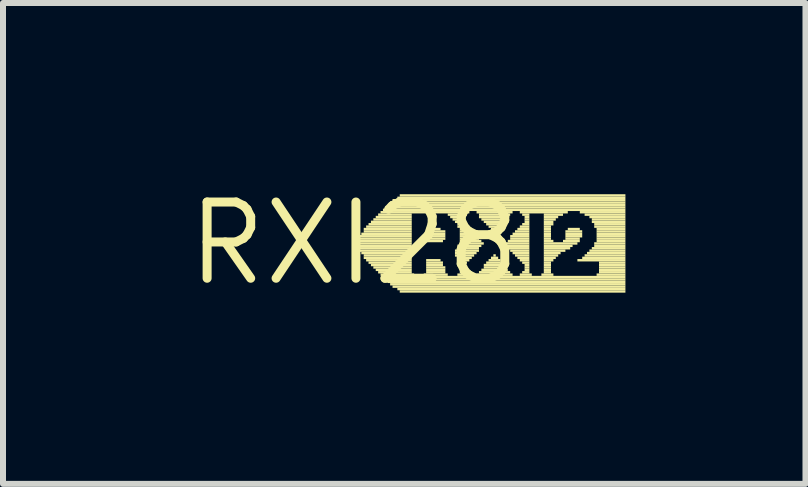
<source format=kicad_pcb>
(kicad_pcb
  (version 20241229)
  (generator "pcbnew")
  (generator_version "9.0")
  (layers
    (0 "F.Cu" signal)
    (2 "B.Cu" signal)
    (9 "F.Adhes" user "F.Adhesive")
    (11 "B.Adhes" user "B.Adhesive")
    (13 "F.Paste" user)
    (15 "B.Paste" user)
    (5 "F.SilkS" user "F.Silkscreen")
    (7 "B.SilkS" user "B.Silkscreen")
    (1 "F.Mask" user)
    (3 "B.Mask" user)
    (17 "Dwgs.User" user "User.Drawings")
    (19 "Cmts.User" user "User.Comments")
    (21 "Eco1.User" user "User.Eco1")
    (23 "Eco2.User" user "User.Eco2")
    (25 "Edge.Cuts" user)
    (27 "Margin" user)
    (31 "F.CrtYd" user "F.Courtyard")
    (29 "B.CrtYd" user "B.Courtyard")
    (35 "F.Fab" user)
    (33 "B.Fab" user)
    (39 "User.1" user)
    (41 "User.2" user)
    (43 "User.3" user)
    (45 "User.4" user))
  (footprint "RXI28"
    (layer "F.Cu")
    (at 2.85 1.006)
    (property "Reference" "RXI28" (at 0 0 0) (layer "F.SilkS") (effects (font (size 1.27 1.27) (thickness 0.15))))
    (fp_poly (pts (xy 0.08 -0.1) (xy 0.96 -0.1) (xy 0.96 -0.14) (xy 0.08 -0.14)) (stroke (width 0) (type default)) (fill yes) (layer "F.SilkS"))
    (fp_poly (pts (xy 0.08 -0.06) (xy 0.96 -0.06) (xy 0.96 -0.1) (xy 0.08 -0.1)) (stroke (width 0) (type default)) (fill yes) (layer "F.SilkS"))
    (fp_poly (pts (xy 0.08 -0.02) (xy 0.96 -0.02) (xy 0.96 -0.06) (xy 0.08 -0.06)) (stroke (width 0) (type default)) (fill yes) (layer "F.SilkS"))
    (fp_poly (pts (xy 0.08 0.02) (xy 0.96 0.02) (xy 0.96 -0.02) (xy 0.08 -0.02)) (stroke (width 0) (type default)) (fill yes) (layer "F.SilkS"))
    (fp_poly (pts (xy 0.08 0.06) (xy 0.96 0.06) (xy 0.96 0.02) (xy 0.08 0.02)) (stroke (width 0) (type default)) (fill yes) (layer "F.SilkS"))
    (fp_poly (pts (xy 0.08 0.1) (xy 0.96 0.1) (xy 0.96 0.06) (xy 0.08 0.06)) (stroke (width 0) (type default)) (fill yes) (layer "F.SilkS"))
    (fp_poly (pts (xy 0.08 0.14) (xy 0.96 0.14) (xy 0.96 0.1) (xy 0.08 0.1)) (stroke (width 0) (type default)) (fill yes) (layer "F.SilkS"))
    (fp_poly (pts (xy 0.12 -0.14) (xy 0.96 -0.14) (xy 0.96 -0.18) (xy 0.12 -0.18)) (stroke (width 0) (type default)) (fill yes) (layer "F.SilkS"))
    (fp_poly (pts (xy 0.12 0.18) (xy 0.96 0.18) (xy 0.96 0.14) (xy 0.12 0.14)) (stroke (width 0) (type default)) (fill yes) (layer "F.SilkS"))
    (fp_poly (pts (xy 0.16 -0.22) (xy 0.96 -0.22) (xy 0.96 -0.26) (xy 0.16 -0.26)) (stroke (width 0) (type default)) (fill yes) (layer "F.SilkS"))
    (fp_poly (pts (xy 0.16 -0.18) (xy 0.96 -0.18) (xy 0.96 -0.22) (xy 0.16 -0.22)) (stroke (width 0) (type default)) (fill yes) (layer "F.SilkS"))
    (fp_poly (pts (xy 0.16 0.22) (xy 0.96 0.22) (xy 0.96 0.18) (xy 0.16 0.18)) (stroke (width 0) (type default)) (fill yes) (layer "F.SilkS"))
    (fp_poly (pts (xy 0.16 0.26) (xy 0.96 0.26) (xy 0.96 0.22) (xy 0.16 0.22)) (stroke (width 0) (type default)) (fill yes) (layer "F.SilkS"))
    (fp_poly (pts (xy 0.2 -0.26) (xy 0.96 -0.26) (xy 0.96 -0.3) (xy 0.2 -0.3)) (stroke (width 0) (type default)) (fill yes) (layer "F.SilkS"))
    (fp_poly (pts (xy 0.2 0.3) (xy 0.96 0.3) (xy 0.96 0.26) (xy 0.2 0.26)) (stroke (width 0) (type default)) (fill yes) (layer "F.SilkS"))
    (fp_poly (pts (xy 0.24 -0.3) (xy 0.96 -0.3) (xy 0.96 -0.34) (xy 0.24 -0.34)) (stroke (width 0) (type default)) (fill yes) (layer "F.SilkS"))
    (fp_poly (pts (xy 0.24 0.34) (xy 0.96 0.34) (xy 0.96 0.3) (xy 0.24 0.3)) (stroke (width 0) (type default)) (fill yes) (layer "F.SilkS"))
    (fp_poly (pts (xy 0.28 -0.34) (xy 0.96 -0.34) (xy 0.96 -0.38) (xy 0.28 -0.38)) (stroke (width 0) (type default)) (fill yes) (layer "F.SilkS"))
    (fp_poly (pts (xy 0.28 0.38) (xy 0.96 0.38) (xy 0.96 0.34) (xy 0.28 0.34)) (stroke (width 0) (type default)) (fill yes) (layer "F.SilkS"))
    (fp_poly (pts (xy 0.32 -0.38) (xy 0.96 -0.38) (xy 0.96 -0.42) (xy 0.32 -0.42)) (stroke (width 0) (type default)) (fill yes) (layer "F.SilkS"))
    (fp_poly (pts (xy 0.32 0.42) (xy 0.96 0.42) (xy 0.96 0.38) (xy 0.32 0.38)) (stroke (width 0) (type default)) (fill yes) (layer "F.SilkS"))
    (fp_poly (pts (xy 0.36 -0.42) (xy 0.96 -0.42) (xy 0.96 -0.46) (xy 0.36 -0.46)) (stroke (width 0) (type default)) (fill yes) (layer "F.SilkS"))
    (fp_poly (pts (xy 0.36 0.46) (xy 0.96 0.46) (xy 0.96 0.42) (xy 0.36 0.42)) (stroke (width 0) (type default)) (fill yes) (layer "F.SilkS"))
    (fp_poly (pts (xy 0.4 -0.46) (xy 0.96 -0.46) (xy 0.96 -0.5) (xy 0.4 -0.5)) (stroke (width 0) (type default)) (fill yes) (layer "F.SilkS"))
    (fp_poly (pts (xy 0.4 0.5) (xy 0.96 0.5) (xy 0.96 0.46) (xy 0.4 0.46)) (stroke (width 0) (type default)) (fill yes) (layer "F.SilkS"))
    (fp_poly (pts (xy 0.44 -0.5) (xy 1.92 -0.5) (xy 1.92 -0.54) (xy 0.44 -0.54)) (stroke (width 0) (type default)) (fill yes) (layer "F.SilkS"))
    (fp_poly (pts (xy 0.44 0.54) (xy 1 0.54) (xy 1 0.5) (xy 0.44 0.5)) (stroke (width 0) (type default)) (fill yes) (layer "F.SilkS"))
    (fp_poly (pts (xy 0.48 -0.54) (xy 4.52 -0.54) (xy 4.52 -0.58) (xy 0.48 -0.58)) (stroke (width 0) (type default)) (fill yes) (layer "F.SilkS"))
    (fp_poly (pts (xy 0.48 0.58) (xy 4.52 0.58) (xy 4.52 0.54) (xy 0.48 0.54)) (stroke (width 0) (type default)) (fill yes) (layer "F.SilkS"))
    (fp_poly (pts (xy 0.52 -0.58) (xy 4.52 -0.58) (xy 4.52 -0.62) (xy 0.52 -0.62)) (stroke (width 0) (type default)) (fill yes) (layer "F.SilkS"))
    (fp_poly (pts (xy 0.52 0.62) (xy 4.52 0.62) (xy 4.52 0.58) (xy 0.52 0.58)) (stroke (width 0) (type default)) (fill yes) (layer "F.SilkS"))
    (fp_poly (pts (xy 0.56 -0.62) (xy 4.52 -0.62) (xy 4.52 -0.66) (xy 0.56 -0.66)) (stroke (width 0) (type default)) (fill yes) (layer "F.SilkS"))
    (fp_poly (pts (xy 0.56 0.66) (xy 4.52 0.66) (xy 4.52 0.62) (xy 0.56 0.62)) (stroke (width 0) (type default)) (fill yes) (layer "F.SilkS"))
    (fp_poly (pts (xy 0.6 -0.66) (xy 4.52 -0.66) (xy 4.52 -0.7) (xy 0.6 -0.7)) (stroke (width 0) (type default)) (fill yes) (layer "F.SilkS"))
    (fp_poly (pts (xy 0.6 0.7) (xy 4.52 0.7) (xy 4.52 0.66) (xy 0.6 0.66)) (stroke (width 0) (type default)) (fill yes) (layer "F.SilkS"))
    (fp_poly (pts (xy 0.64 -0.7) (xy 4.52 -0.7) (xy 4.52 -0.74) (xy 0.64 -0.74)) (stroke (width 0) (type default)) (fill yes) (layer "F.SilkS"))
    (fp_poly (pts (xy 0.64 0.74) (xy 4.52 0.74) (xy 4.52 0.7) (xy 0.64 0.7)) (stroke (width 0) (type default)) (fill yes) (layer "F.SilkS"))
    (fp_poly (pts (xy 0.72 -0.74) (xy 4.52 -0.74) (xy 4.52 -0.78) (xy 0.72 -0.78)) (stroke (width 0) (type default)) (fill yes) (layer "F.SilkS"))
    (fp_poly (pts (xy 0.72 0.78) (xy 4.52 0.78) (xy 4.52 0.74) (xy 0.72 0.74)) (stroke (width 0) (type default)) (fill yes) (layer "F.SilkS"))
    (fp_poly (pts (xy 0.76 -0.78) (xy 4.52 -0.78) (xy 4.52 -0.82) (xy 0.76 -0.82)) (stroke (width 0) (type default)) (fill yes) (layer "F.SilkS"))
    (fp_poly (pts (xy 0.76 0.82) (xy 4.52 0.82) (xy 4.52 0.78) (xy 0.76 0.78)) (stroke (width 0) (type default)) (fill yes) (layer "F.SilkS"))
    (fp_poly (pts (xy 1.16 0.54) (xy 1.56 0.54) (xy 1.56 0.5) (xy 1.16 0.5)) (stroke (width 0) (type default)) (fill yes) (layer "F.SilkS"))
    (fp_poly (pts (xy 1.2 -0.22) (xy 1.44 -0.22) (xy 1.44 -0.26) (xy 1.2 -0.26)) (stroke (width 0) (type default)) (fill yes) (layer "F.SilkS"))
    (fp_poly (pts (xy 1.2 -0.18) (xy 1.52 -0.18) (xy 1.52 -0.22) (xy 1.2 -0.22)) (stroke (width 0) (type default)) (fill yes) (layer "F.SilkS"))
    (fp_poly (pts (xy 1.2 -0.14) (xy 1.52 -0.14) (xy 1.52 -0.18) (xy 1.2 -0.18)) (stroke (width 0) (type default)) (fill yes) (layer "F.SilkS"))
    (fp_poly (pts (xy 1.2 -0.1) (xy 1.52 -0.1) (xy 1.52 -0.14) (xy 1.2 -0.14)) (stroke (width 0) (type default)) (fill yes) (layer "F.SilkS"))
    (fp_poly (pts (xy 1.2 -0.06) (xy 1.52 -0.06) (xy 1.52 -0.1) (xy 1.2 -0.1)) (stroke (width 0) (type default)) (fill yes) (layer "F.SilkS"))
    (fp_poly (pts (xy 1.2 -0.02) (xy 1.48 -0.02) (xy 1.48 -0.06) (xy 1.2 -0.06)) (stroke (width 0) (type default)) (fill yes) (layer "F.SilkS"))
    (fp_poly (pts (xy 1.2 0.3) (xy 1.44 0.3) (xy 1.44 0.26) (xy 1.2 0.26)) (stroke (width 0) (type default)) (fill yes) (layer "F.SilkS"))
    (fp_poly (pts (xy 1.2 0.34) (xy 1.48 0.34) (xy 1.48 0.3) (xy 1.2 0.3)) (stroke (width 0) (type default)) (fill yes) (layer "F.SilkS"))
    (fp_poly (pts (xy 1.2 0.38) (xy 1.48 0.38) (xy 1.48 0.34) (xy 1.2 0.34)) (stroke (width 0) (type default)) (fill yes) (layer "F.SilkS"))
    (fp_poly (pts (xy 1.2 0.42) (xy 1.52 0.42) (xy 1.52 0.38) (xy 1.2 0.38)) (stroke (width 0) (type default)) (fill yes) (layer "F.SilkS"))
    (fp_poly (pts (xy 1.2 0.46) (xy 1.52 0.46) (xy 1.52 0.42) (xy 1.2 0.42)) (stroke (width 0) (type default)) (fill yes) (layer "F.SilkS"))
    (fp_poly (pts (xy 1.2 0.5) (xy 1.52 0.5) (xy 1.52 0.46) (xy 1.2 0.46)) (stroke (width 0) (type default)) (fill yes) (layer "F.SilkS"))
    (fp_poly (pts (xy 1.56 -0.46) (xy 1.88 -0.46) (xy 1.88 -0.5) (xy 1.56 -0.5)) (stroke (width 0) (type default)) (fill yes) (layer "F.SilkS"))
    (fp_poly (pts (xy 1.6 -0.42) (xy 1.84 -0.42) (xy 1.84 -0.46) (xy 1.6 -0.46)) (stroke (width 0) (type default)) (fill yes) (layer "F.SilkS"))
    (fp_poly (pts (xy 1.64 -0.38) (xy 1.84 -0.38) (xy 1.84 -0.42) (xy 1.64 -0.42)) (stroke (width 0) (type default)) (fill yes) (layer "F.SilkS"))
    (fp_poly (pts (xy 1.68 -0.34) (xy 1.84 -0.34) (xy 1.84 -0.38) (xy 1.68 -0.38)) (stroke (width 0) (type default)) (fill yes) (layer "F.SilkS"))
    (fp_poly (pts (xy 1.68 0.14) (xy 2.08 0.14) (xy 2.08 0.1) (xy 1.68 0.1)) (stroke (width 0) (type default)) (fill yes) (layer "F.SilkS"))
    (fp_poly (pts (xy 1.68 0.18) (xy 2.04 0.18) (xy 2.04 0.14) (xy 1.68 0.14)) (stroke (width 0) (type default)) (fill yes) (layer "F.SilkS"))
    (fp_poly (pts (xy 1.68 0.22) (xy 2 0.22) (xy 2 0.18) (xy 1.68 0.18)) (stroke (width 0) (type default)) (fill yes) (layer "F.SilkS"))
    (fp_poly (pts (xy 1.72 -0.3) (xy 1.88 -0.3) (xy 1.88 -0.34) (xy 1.72 -0.34)) (stroke (width 0) (type default)) (fill yes) (layer "F.SilkS"))
    (fp_poly (pts (xy 1.72 -0.26) (xy 1.92 -0.26) (xy 1.92 -0.3) (xy 1.72 -0.3)) (stroke (width 0) (type default)) (fill yes) (layer "F.SilkS"))
    (fp_poly (pts (xy 1.72 0.06) (xy 2.12 0.06) (xy 2.12 0.02) (xy 1.72 0.02)) (stroke (width 0) (type default)) (fill yes) (layer "F.SilkS"))
    (fp_poly (pts (xy 1.72 0.1) (xy 2.08 0.1) (xy 2.08 0.06) (xy 1.72 0.06)) (stroke (width 0) (type default)) (fill yes) (layer "F.SilkS"))
    (fp_poly (pts (xy 1.72 0.26) (xy 1.96 0.26) (xy 1.96 0.22) (xy 1.72 0.22)) (stroke (width 0) (type default)) (fill yes) (layer "F.SilkS"))
    (fp_poly (pts (xy 1.72 0.3) (xy 1.92 0.3) (xy 1.92 0.26) (xy 1.72 0.26)) (stroke (width 0) (type default)) (fill yes) (layer "F.SilkS"))
    (fp_poly (pts (xy 1.72 0.34) (xy 1.88 0.34) (xy 1.88 0.3) (xy 1.72 0.3)) (stroke (width 0) (type default)) (fill yes) (layer "F.SilkS"))
    (fp_poly (pts (xy 1.72 0.54) (xy 1.92 0.54) (xy 1.92 0.5) (xy 1.72 0.5)) (stroke (width 0) (type default)) (fill yes) (layer "F.SilkS"))
    (fp_poly (pts (xy 1.76 -0.22) (xy 1.96 -0.22) (xy 1.96 -0.26) (xy 1.76 -0.26)) (stroke (width 0) (type default)) (fill yes) (layer "F.SilkS"))
    (fp_poly (pts (xy 1.76 -0.18) (xy 1.96 -0.18) (xy 1.96 -0.22) (xy 1.76 -0.22)) (stroke (width 0) (type default)) (fill yes) (layer "F.SilkS"))
    (fp_poly (pts (xy 1.76 -0.14) (xy 2 -0.14) (xy 2 -0.18) (xy 1.76 -0.18)) (stroke (width 0) (type default)) (fill yes) (layer "F.SilkS"))
    (fp_poly (pts (xy 1.76 -0.1) (xy 2.04 -0.1) (xy 2.04 -0.14) (xy 1.76 -0.14)) (stroke (width 0) (type default)) (fill yes) (layer "F.SilkS"))
    (fp_poly (pts (xy 1.76 -0.06) (xy 2.08 -0.06) (xy 2.08 -0.1) (xy 1.76 -0.1)) (stroke (width 0) (type default)) (fill yes) (layer "F.SilkS"))
    (fp_poly (pts (xy 1.76 -0.02) (xy 2.12 -0.02) (xy 2.12 -0.06) (xy 1.76 -0.06)) (stroke (width 0) (type default)) (fill yes) (layer "F.SilkS"))
    (fp_poly (pts (xy 1.76 0.02) (xy 2.16 0.02) (xy 2.16 -0.02) (xy 1.76 -0.02)) (stroke (width 0) (type default)) (fill yes) (layer "F.SilkS"))
    (fp_poly (pts (xy 1.76 0.38) (xy 1.84 0.38) (xy 1.84 0.34) (xy 1.76 0.34)) (stroke (width 0) (type default)) (fill yes) (layer "F.SilkS"))
    (fp_poly (pts (xy 1.76 0.42) (xy 1.84 0.42) (xy 1.84 0.38) (xy 1.76 0.38)) (stroke (width 0) (type default)) (fill yes) (layer "F.SilkS"))
    (fp_poly (pts (xy 1.76 0.46) (xy 1.84 0.46) (xy 1.84 0.42) (xy 1.76 0.42)) (stroke (width 0) (type default)) (fill yes) (layer "F.SilkS"))
    (fp_poly (pts (xy 1.76 0.5) (xy 1.84 0.5) (xy 1.84 0.46) (xy 1.76 0.46)) (stroke (width 0) (type default)) (fill yes) (layer "F.SilkS"))
    (fp_poly (pts (xy 2.04 -0.5) (xy 2.64 -0.5) (xy 2.64 -0.54) (xy 2.04 -0.54)) (stroke (width 0) (type default)) (fill yes) (layer "F.SilkS"))
    (fp_poly (pts (xy 2.04 0.54) (xy 2.64 0.54) (xy 2.64 0.5) (xy 2.04 0.5)) (stroke (width 0) (type default)) (fill yes) (layer "F.SilkS"))
    (fp_poly (pts (xy 2.08 -0.46) (xy 2.6 -0.46) (xy 2.6 -0.5) (xy 2.08 -0.5)) (stroke (width 0) (type default)) (fill yes) (layer "F.SilkS"))
    (fp_poly (pts (xy 2.08 -0.42) (xy 2.56 -0.42) (xy 2.56 -0.46) (xy 2.08 -0.46)) (stroke (width 0) (type default)) (fill yes) (layer "F.SilkS"))
    (fp_poly (pts (xy 2.08 0.5) (xy 2.6 0.5) (xy 2.6 0.46) (xy 2.08 0.46)) (stroke (width 0) (type default)) (fill yes) (layer "F.SilkS"))
    (fp_poly (pts (xy 2.12 -0.38) (xy 2.52 -0.38) (xy 2.52 -0.42) (xy 2.12 -0.42)) (stroke (width 0) (type default)) (fill yes) (layer "F.SilkS"))
    (fp_poly (pts (xy 2.12 0.46) (xy 2.56 0.46) (xy 2.56 0.42) (xy 2.12 0.42)) (stroke (width 0) (type default)) (fill yes) (layer "F.SilkS"))
    (fp_poly (pts (xy 2.16 -0.34) (xy 2.52 -0.34) (xy 2.52 -0.38) (xy 2.16 -0.38)) (stroke (width 0) (type default)) (fill yes) (layer "F.SilkS"))
    (fp_poly (pts (xy 2.16 0.38) (xy 2.48 0.38) (xy 2.48 0.34) (xy 2.16 0.34)) (stroke (width 0) (type default)) (fill yes) (layer "F.SilkS"))
    (fp_poly (pts (xy 2.16 0.42) (xy 2.52 0.42) (xy 2.52 0.38) (xy 2.16 0.38)) (stroke (width 0) (type default)) (fill yes) (layer "F.SilkS"))
    (fp_poly (pts (xy 2.2 -0.3) (xy 2.48 -0.3) (xy 2.48 -0.34) (xy 2.2 -0.34)) (stroke (width 0) (type default)) (fill yes) (layer "F.SilkS"))
    (fp_poly (pts (xy 2.2 0.34) (xy 2.44 0.34) (xy 2.44 0.3) (xy 2.2 0.3)) (stroke (width 0) (type default)) (fill yes) (layer "F.SilkS"))
    (fp_poly (pts (xy 2.24 -0.26) (xy 2.44 -0.26) (xy 2.44 -0.3) (xy 2.24 -0.3)) (stroke (width 0) (type default)) (fill yes) (layer "F.SilkS"))
    (fp_poly (pts (xy 2.24 0.3) (xy 2.44 0.3) (xy 2.44 0.26) (xy 2.24 0.26)) (stroke (width 0) (type default)) (fill yes) (layer "F.SilkS"))
    (fp_poly (pts (xy 2.28 -0.22) (xy 2.4 -0.22) (xy 2.4 -0.26) (xy 2.28 -0.26)) (stroke (width 0) (type default)) (fill yes) (layer "F.SilkS"))
    (fp_poly (pts (xy 2.28 0.26) (xy 2.4 0.26) (xy 2.4 0.22) (xy 2.28 0.22)) (stroke (width 0) (type default)) (fill yes) (layer "F.SilkS"))
    (fp_poly (pts (xy 2.32 -0.18) (xy 2.36 -0.18) (xy 2.36 -0.22) (xy 2.32 -0.22)) (stroke (width 0) (type default)) (fill yes) (layer "F.SilkS"))
    (fp_poly (pts (xy 2.32 0.22) (xy 2.36 0.22) (xy 2.36 0.18) (xy 2.32 0.18)) (stroke (width 0) (type default)) (fill yes) (layer "F.SilkS"))
    (fp_poly (pts (xy 2.52 0.02) (xy 2.92 0.02) (xy 2.92 -0.02) (xy 2.52 -0.02)) (stroke (width 0) (type default)) (fill yes) (layer "F.SilkS"))
    (fp_poly (pts (xy 2.52 0.06) (xy 2.92 0.06) (xy 2.92 0.02) (xy 2.52 0.02)) (stroke (width 0) (type default)) (fill yes) (layer "F.SilkS"))
    (fp_poly (pts (xy 2.56 -0.02) (xy 2.92 -0.02) (xy 2.92 -0.06) (xy 2.56 -0.06)) (stroke (width 0) (type default)) (fill yes) (layer "F.SilkS"))
    (fp_poly (pts (xy 2.56 0.1) (xy 2.92 0.1) (xy 2.92 0.06) (xy 2.56 0.06)) (stroke (width 0) (type default)) (fill yes) (layer "F.SilkS"))
    (fp_poly (pts (xy 2.6 -0.1) (xy 2.92 -0.1) (xy 2.92 -0.14) (xy 2.6 -0.14)) (stroke (width 0) (type default)) (fill yes) (layer "F.SilkS"))
    (fp_poly (pts (xy 2.6 -0.06) (xy 2.92 -0.06) (xy 2.92 -0.1) (xy 2.6 -0.1)) (stroke (width 0) (type default)) (fill yes) (layer "F.SilkS"))
    (fp_poly (pts (xy 2.6 0.14) (xy 2.92 0.14) (xy 2.92 0.1) (xy 2.6 0.1)) (stroke (width 0) (type default)) (fill yes) (layer "F.SilkS"))
    (fp_poly (pts (xy 2.64 -0.14) (xy 2.92 -0.14) (xy 2.92 -0.18) (xy 2.64 -0.18)) (stroke (width 0) (type default)) (fill yes) (layer "F.SilkS"))
    (fp_poly (pts (xy 2.64 0.18) (xy 2.92 0.18) (xy 2.92 0.14) (xy 2.64 0.14)) (stroke (width 0) (type default)) (fill yes) (layer "F.SilkS"))
    (fp_poly (pts (xy 2.68 -0.18) (xy 2.92 -0.18) (xy 2.92 -0.22) (xy 2.68 -0.22)) (stroke (width 0) (type default)) (fill yes) (layer "F.SilkS"))
    (fp_poly (pts (xy 2.68 0.22) (xy 2.92 0.22) (xy 2.92 0.18) (xy 2.68 0.18)) (stroke (width 0) (type default)) (fill yes) (layer "F.SilkS"))
    (fp_poly (pts (xy 2.72 -0.22) (xy 2.92 -0.22) (xy 2.92 -0.26) (xy 2.72 -0.26)) (stroke (width 0) (type default)) (fill yes) (layer "F.SilkS"))
    (fp_poly (pts (xy 2.72 0.26) (xy 2.92 0.26) (xy 2.92 0.22) (xy 2.72 0.22)) (stroke (width 0) (type default)) (fill yes) (layer "F.SilkS"))
    (fp_poly (pts (xy 2.76 -0.5) (xy 3.56 -0.5) (xy 3.56 -0.54) (xy 2.76 -0.54)) (stroke (width 0) (type default)) (fill yes) (layer "F.SilkS"))
    (fp_poly (pts (xy 2.76 -0.26) (xy 2.92 -0.26) (xy 2.92 -0.3) (xy 2.76 -0.3)) (stroke (width 0) (type default)) (fill yes) (layer "F.SilkS"))
    (fp_poly (pts (xy 2.76 0.3) (xy 2.92 0.3) (xy 2.92 0.26) (xy 2.76 0.26)) (stroke (width 0) (type default)) (fill yes) (layer "F.SilkS"))
    (fp_poly (pts (xy 2.76 0.54) (xy 2.96 0.54) (xy 2.96 0.5) (xy 2.76 0.5)) (stroke (width 0) (type default)) (fill yes) (layer "F.SilkS"))
    (fp_poly (pts (xy 2.8 -0.46) (xy 2.92 -0.46) (xy 2.92 -0.5) (xy 2.8 -0.5)) (stroke (width 0) (type default)) (fill yes) (layer "F.SilkS"))
    (fp_poly (pts (xy 2.8 -0.3) (xy 2.92 -0.3) (xy 2.92 -0.34) (xy 2.8 -0.34)) (stroke (width 0) (type default)) (fill yes) (layer "F.SilkS"))
    (fp_poly (pts (xy 2.8 0.34) (xy 2.92 0.34) (xy 2.92 0.3) (xy 2.8 0.3)) (stroke (width 0) (type default)) (fill yes) (layer "F.SilkS"))
    (fp_poly (pts (xy 2.8 0.5) (xy 2.92 0.5) (xy 2.92 0.46) (xy 2.8 0.46)) (stroke (width 0) (type default)) (fill yes) (layer "F.SilkS"))
    (fp_poly (pts (xy 2.84 -0.42) (xy 2.92 -0.42) (xy 2.92 -0.46) (xy 2.84 -0.46)) (stroke (width 0) (type default)) (fill yes) (layer "F.SilkS"))
    (fp_poly (pts (xy 2.84 -0.38) (xy 2.92 -0.38) (xy 2.92 -0.42) (xy 2.84 -0.42)) (stroke (width 0) (type default)) (fill yes) (layer "F.SilkS"))
    (fp_poly (pts (xy 2.84 -0.34) (xy 2.92 -0.34) (xy 2.92 -0.38) (xy 2.84 -0.38)) (stroke (width 0) (type default)) (fill yes) (layer "F.SilkS"))
    (fp_poly (pts (xy 2.84 0.38) (xy 2.92 0.38) (xy 2.92 0.34) (xy 2.84 0.34)) (stroke (width 0) (type default)) (fill yes) (layer "F.SilkS"))
    (fp_poly (pts (xy 2.84 0.42) (xy 2.92 0.42) (xy 2.92 0.38) (xy 2.84 0.38)) (stroke (width 0) (type default)) (fill yes) (layer "F.SilkS"))
    (fp_poly (pts (xy 2.84 0.46) (xy 2.92 0.46) (xy 2.92 0.42) (xy 2.84 0.42)) (stroke (width 0) (type default)) (fill yes) (layer "F.SilkS"))
    (fp_poly (pts (xy 3.12 0.54) (xy 3.32 0.54) (xy 3.32 0.5) (xy 3.12 0.5)) (stroke (width 0) (type default)) (fill yes) (layer "F.SilkS"))
    (fp_poly (pts (xy 3.16 -0.46) (xy 3.48 -0.46) (xy 3.48 -0.5) (xy 3.16 -0.5)) (stroke (width 0) (type default)) (fill yes) (layer "F.SilkS"))
    (fp_poly (pts (xy 3.16 -0.42) (xy 3.4 -0.42) (xy 3.4 -0.46) (xy 3.16 -0.46)) (stroke (width 0) (type default)) (fill yes) (layer "F.SilkS"))
    (fp_poly (pts (xy 3.16 -0.38) (xy 3.36 -0.38) (xy 3.36 -0.42) (xy 3.16 -0.42)) (stroke (width 0) (type default)) (fill yes) (layer "F.SilkS"))
    (fp_poly (pts (xy 3.16 -0.34) (xy 3.32 -0.34) (xy 3.32 -0.38) (xy 3.16 -0.38)) (stroke (width 0) (type default)) (fill yes) (layer "F.SilkS"))
    (fp_poly (pts (xy 3.16 -0.3) (xy 3.32 -0.3) (xy 3.32 -0.34) (xy 3.16 -0.34)) (stroke (width 0) (type default)) (fill yes) (layer "F.SilkS"))
    (fp_poly (pts (xy 3.16 -0.26) (xy 3.28 -0.26) (xy 3.28 -0.3) (xy 3.16 -0.3)) (stroke (width 0) (type default)) (fill yes) (layer "F.SilkS"))
    (fp_poly (pts (xy 3.16 -0.22) (xy 3.28 -0.22) (xy 3.28 -0.26) (xy 3.16 -0.26)) (stroke (width 0) (type default)) (fill yes) (layer "F.SilkS"))
    (fp_poly (pts (xy 3.16 -0.18) (xy 3.28 -0.18) (xy 3.28 -0.22) (xy 3.16 -0.22)) (stroke (width 0) (type default)) (fill yes) (layer "F.SilkS"))
    (fp_poly (pts (xy 3.16 -0.14) (xy 3.28 -0.14) (xy 3.28 -0.18) (xy 3.16 -0.18)) (stroke (width 0) (type default)) (fill yes) (layer "F.SilkS"))
    (fp_poly (pts (xy 3.16 -0.1) (xy 3.28 -0.1) (xy 3.28 -0.14) (xy 3.16 -0.14)) (stroke (width 0) (type default)) (fill yes) (layer "F.SilkS"))
    (fp_poly (pts (xy 3.16 -0.06) (xy 3.28 -0.06) (xy 3.28 -0.1) (xy 3.16 -0.1)) (stroke (width 0) (type default)) (fill yes) (layer "F.SilkS"))
    (fp_poly (pts (xy 3.16 -0.02) (xy 3.32 -0.02) (xy 3.32 -0.06) (xy 3.16 -0.06)) (stroke (width 0) (type default)) (fill yes) (layer "F.SilkS"))
    (fp_poly (pts (xy 3.16 0.02) (xy 3.72 0.02) (xy 3.72 -0.02) (xy 3.16 -0.02)) (stroke (width 0) (type default)) (fill yes) (layer "F.SilkS"))
    (fp_poly (pts (xy 3.16 0.06) (xy 3.64 0.06) (xy 3.64 0.02) (xy 3.16 0.02)) (stroke (width 0) (type default)) (fill yes) (layer "F.SilkS"))
    (fp_poly (pts (xy 3.16 0.1) (xy 3.6 0.1) (xy 3.6 0.06) (xy 3.16 0.06)) (stroke (width 0) (type default)) (fill yes) (layer "F.SilkS"))
    (fp_poly (pts (xy 3.16 0.14) (xy 3.52 0.14) (xy 3.52 0.1) (xy 3.16 0.1)) (stroke (width 0) (type default)) (fill yes) (layer "F.SilkS"))
    (fp_poly (pts (xy 3.16 0.18) (xy 3.44 0.18) (xy 3.44 0.14) (xy 3.16 0.14)) (stroke (width 0) (type default)) (fill yes) (layer "F.SilkS"))
    (fp_poly (pts (xy 3.16 0.22) (xy 3.4 0.22) (xy 3.4 0.18) (xy 3.16 0.18)) (stroke (width 0) (type default)) (fill yes) (layer "F.SilkS"))
    (fp_poly (pts (xy 3.16 0.26) (xy 3.36 0.26) (xy 3.36 0.22) (xy 3.16 0.22)) (stroke (width 0) (type default)) (fill yes) (layer "F.SilkS"))
    (fp_poly (pts (xy 3.16 0.3) (xy 3.32 0.3) (xy 3.32 0.26) (xy 3.16 0.26)) (stroke (width 0) (type default)) (fill yes) (layer "F.SilkS"))
    (fp_poly (pts (xy 3.16 0.34) (xy 3.28 0.34) (xy 3.28 0.3) (xy 3.16 0.3)) (stroke (width 0) (type default)) (fill yes) (layer "F.SilkS"))
    (fp_poly (pts (xy 3.16 0.38) (xy 3.28 0.38) (xy 3.28 0.34) (xy 3.16 0.34)) (stroke (width 0) (type default)) (fill yes) (layer "F.SilkS"))
    (fp_poly (pts (xy 3.16 0.42) (xy 3.28 0.42) (xy 3.28 0.38) (xy 3.16 0.38)) (stroke (width 0) (type default)) (fill yes) (layer "F.SilkS"))
    (fp_poly (pts (xy 3.16 0.46) (xy 3.28 0.46) (xy 3.28 0.42) (xy 3.16 0.42)) (stroke (width 0) (type default)) (fill yes) (layer "F.SilkS"))
    (fp_poly (pts (xy 3.16 0.5) (xy 3.28 0.5) (xy 3.28 0.46) (xy 3.16 0.46)) (stroke (width 0) (type default)) (fill yes) (layer "F.SilkS"))
    (fp_poly (pts (xy 3.48 -0.02) (xy 3.76 -0.02) (xy 3.76 -0.06) (xy 3.48 -0.06)) (stroke (width 0) (type default)) (fill yes) (layer "F.SilkS"))
    (fp_poly (pts (xy 3.52 -0.18) (xy 3.8 -0.18) (xy 3.8 -0.22) (xy 3.52 -0.22)) (stroke (width 0) (type default)) (fill yes) (layer "F.SilkS"))
    (fp_poly (pts (xy 3.52 -0.14) (xy 3.8 -0.14) (xy 3.8 -0.18) (xy 3.52 -0.18)) (stroke (width 0) (type default)) (fill yes) (layer "F.SilkS"))
    (fp_poly (pts (xy 3.52 -0.1) (xy 3.8 -0.1) (xy 3.8 -0.14) (xy 3.52 -0.14)) (stroke (width 0) (type default)) (fill yes) (layer "F.SilkS"))
    (fp_poly (pts (xy 3.52 -0.06) (xy 3.76 -0.06) (xy 3.76 -0.1) (xy 3.52 -0.1)) (stroke (width 0) (type default)) (fill yes) (layer "F.SilkS"))
    (fp_poly (pts (xy 3.56 -0.22) (xy 3.76 -0.22) (xy 3.76 -0.26) (xy 3.56 -0.26)) (stroke (width 0) (type default)) (fill yes) (layer "F.SilkS"))
    (fp_poly (pts (xy 3.72 0.3) (xy 4.52 0.3) (xy 4.52 0.26) (xy 3.72 0.26)) (stroke (width 0) (type default)) (fill yes) (layer "F.SilkS"))
    (fp_poly (pts (xy 3.76 -0.5) (xy 4.52 -0.5) (xy 4.52 -0.54) (xy 3.76 -0.54)) (stroke (width 0) (type default)) (fill yes) (layer "F.SilkS"))
    (fp_poly (pts (xy 3.8 0.26) (xy 4.52 0.26) (xy 4.52 0.22) (xy 3.8 0.22)) (stroke (width 0) (type default)) (fill yes) (layer "F.SilkS"))
    (fp_poly (pts (xy 3.84 -0.46) (xy 4.52 -0.46) (xy 4.52 -0.5) (xy 3.84 -0.5)) (stroke (width 0) (type default)) (fill yes) (layer "F.SilkS"))
    (fp_poly (pts (xy 3.84 0.22) (xy 4.52 0.22) (xy 4.52 0.18) (xy 3.84 0.18)) (stroke (width 0) (type default)) (fill yes) (layer "F.SilkS"))
    (fp_poly (pts (xy 3.88 0.18) (xy 4.52 0.18) (xy 4.52 0.14) (xy 3.88 0.14)) (stroke (width 0) (type default)) (fill yes) (layer "F.SilkS"))
    (fp_poly (pts (xy 3.92 -0.42) (xy 4.52 -0.42) (xy 4.52 -0.46) (xy 3.92 -0.46)) (stroke (width 0) (type default)) (fill yes) (layer "F.SilkS"))
    (fp_poly (pts (xy 3.92 0.14) (xy 4.52 0.14) (xy 4.52 0.1) (xy 3.92 0.1)) (stroke (width 0) (type default)) (fill yes) (layer "F.SilkS"))
    (fp_poly (pts (xy 3.96 -0.38) (xy 4.52 -0.38) (xy 4.52 -0.42) (xy 3.96 -0.42)) (stroke (width 0) (type default)) (fill yes) (layer "F.SilkS"))
    (fp_poly (pts (xy 3.96 -0.34) (xy 4.52 -0.34) (xy 4.52 -0.38) (xy 3.96 -0.38)) (stroke (width 0) (type default)) (fill yes) (layer "F.SilkS"))
    (fp_poly (pts (xy 3.96 0.1) (xy 4.52 0.1) (xy 4.52 0.06) (xy 3.96 0.06)) (stroke (width 0) (type default)) (fill yes) (layer "F.SilkS"))
    (fp_poly (pts (xy 4 -0.3) (xy 4.52 -0.3) (xy 4.52 -0.34) (xy 4 -0.34)) (stroke (width 0) (type default)) (fill yes) (layer "F.SilkS"))
    (fp_poly (pts (xy 4 -0.26) (xy 4.52 -0.26) (xy 4.52 -0.3) (xy 4 -0.3)) (stroke (width 0) (type default)) (fill yes) (layer "F.SilkS"))
    (fp_poly (pts (xy 4 0.02) (xy 4.52 0.02) (xy 4.52 -0.02) (xy 4 -0.02)) (stroke (width 0) (type default)) (fill yes) (layer "F.SilkS"))
    (fp_poly (pts (xy 4 0.06) (xy 4.52 0.06) (xy 4.52 0.02) (xy 4 0.02)) (stroke (width 0) (type default)) (fill yes) (layer "F.SilkS"))
    (fp_poly (pts (xy 4.04 -0.22) (xy 4.52 -0.22) (xy 4.52 -0.26) (xy 4.04 -0.26)) (stroke (width 0) (type default)) (fill yes) (layer "F.SilkS"))
    (fp_poly (pts (xy 4.04 -0.18) (xy 4.52 -0.18) (xy 4.52 -0.22) (xy 4.04 -0.22)) (stroke (width 0) (type default)) (fill yes) (layer "F.SilkS"))
    (fp_poly (pts (xy 4.04 -0.14) (xy 4.52 -0.14) (xy 4.52 -0.18) (xy 4.04 -0.18)) (stroke (width 0) (type default)) (fill yes) (layer "F.SilkS"))
    (fp_poly (pts (xy 4.04 -0.1) (xy 4.52 -0.1) (xy 4.52 -0.14) (xy 4.04 -0.14)) (stroke (width 0) (type default)) (fill yes) (layer "F.SilkS"))
    (fp_poly (pts (xy 4.04 -0.06) (xy 4.52 -0.06) (xy 4.52 -0.1) (xy 4.04 -0.1)) (stroke (width 0) (type default)) (fill yes) (layer "F.SilkS"))
    (fp_poly (pts (xy 4.04 -0.02) (xy 4.52 -0.02) (xy 4.52 -0.06) (xy 4.04 -0.06)) (stroke (width 0) (type default)) (fill yes) (layer "F.SilkS"))
    (fp_poly (pts (xy 4.04 0.54) (xy 4.52 0.54) (xy 4.52 0.5) (xy 4.04 0.5)) (stroke (width 0) (type default)) (fill yes) (layer "F.SilkS"))
    (fp_poly (pts (xy 4.08 0.34) (xy 4.52 0.34) (xy 4.52 0.3) (xy 4.08 0.3)) (stroke (width 0) (type default)) (fill yes) (layer "F.SilkS"))
    (fp_poly (pts (xy 4.08 0.38) (xy 4.52 0.38) (xy 4.52 0.34) (xy 4.08 0.34)) (stroke (width 0) (type default)) (fill yes) (layer "F.SilkS"))
    (fp_poly (pts (xy 4.08 0.42) (xy 4.52 0.42) (xy 4.52 0.38) (xy 4.08 0.38)) (stroke (width 0) (type default)) (fill yes) (layer "F.SilkS"))
    (fp_poly (pts (xy 4.08 0.46) (xy 4.52 0.46) (xy 4.52 0.42) (xy 4.08 0.42)) (stroke (width 0) (type default)) (fill yes) (layer "F.SilkS"))
    (fp_poly (pts (xy 4.08 0.5) (xy 4.52 0.5) (xy 4.52 0.46) (xy 4.08 0.46)) (stroke (width 0) (type default)) (fill yes) (layer "F.SilkS")))
  (gr_rect
    (start -3 -3)
    (end 10.37 5.012)
    (stroke (width 0.1) (type default))
    (fill no)
    (layer "Edge.Cuts")))
</source>
